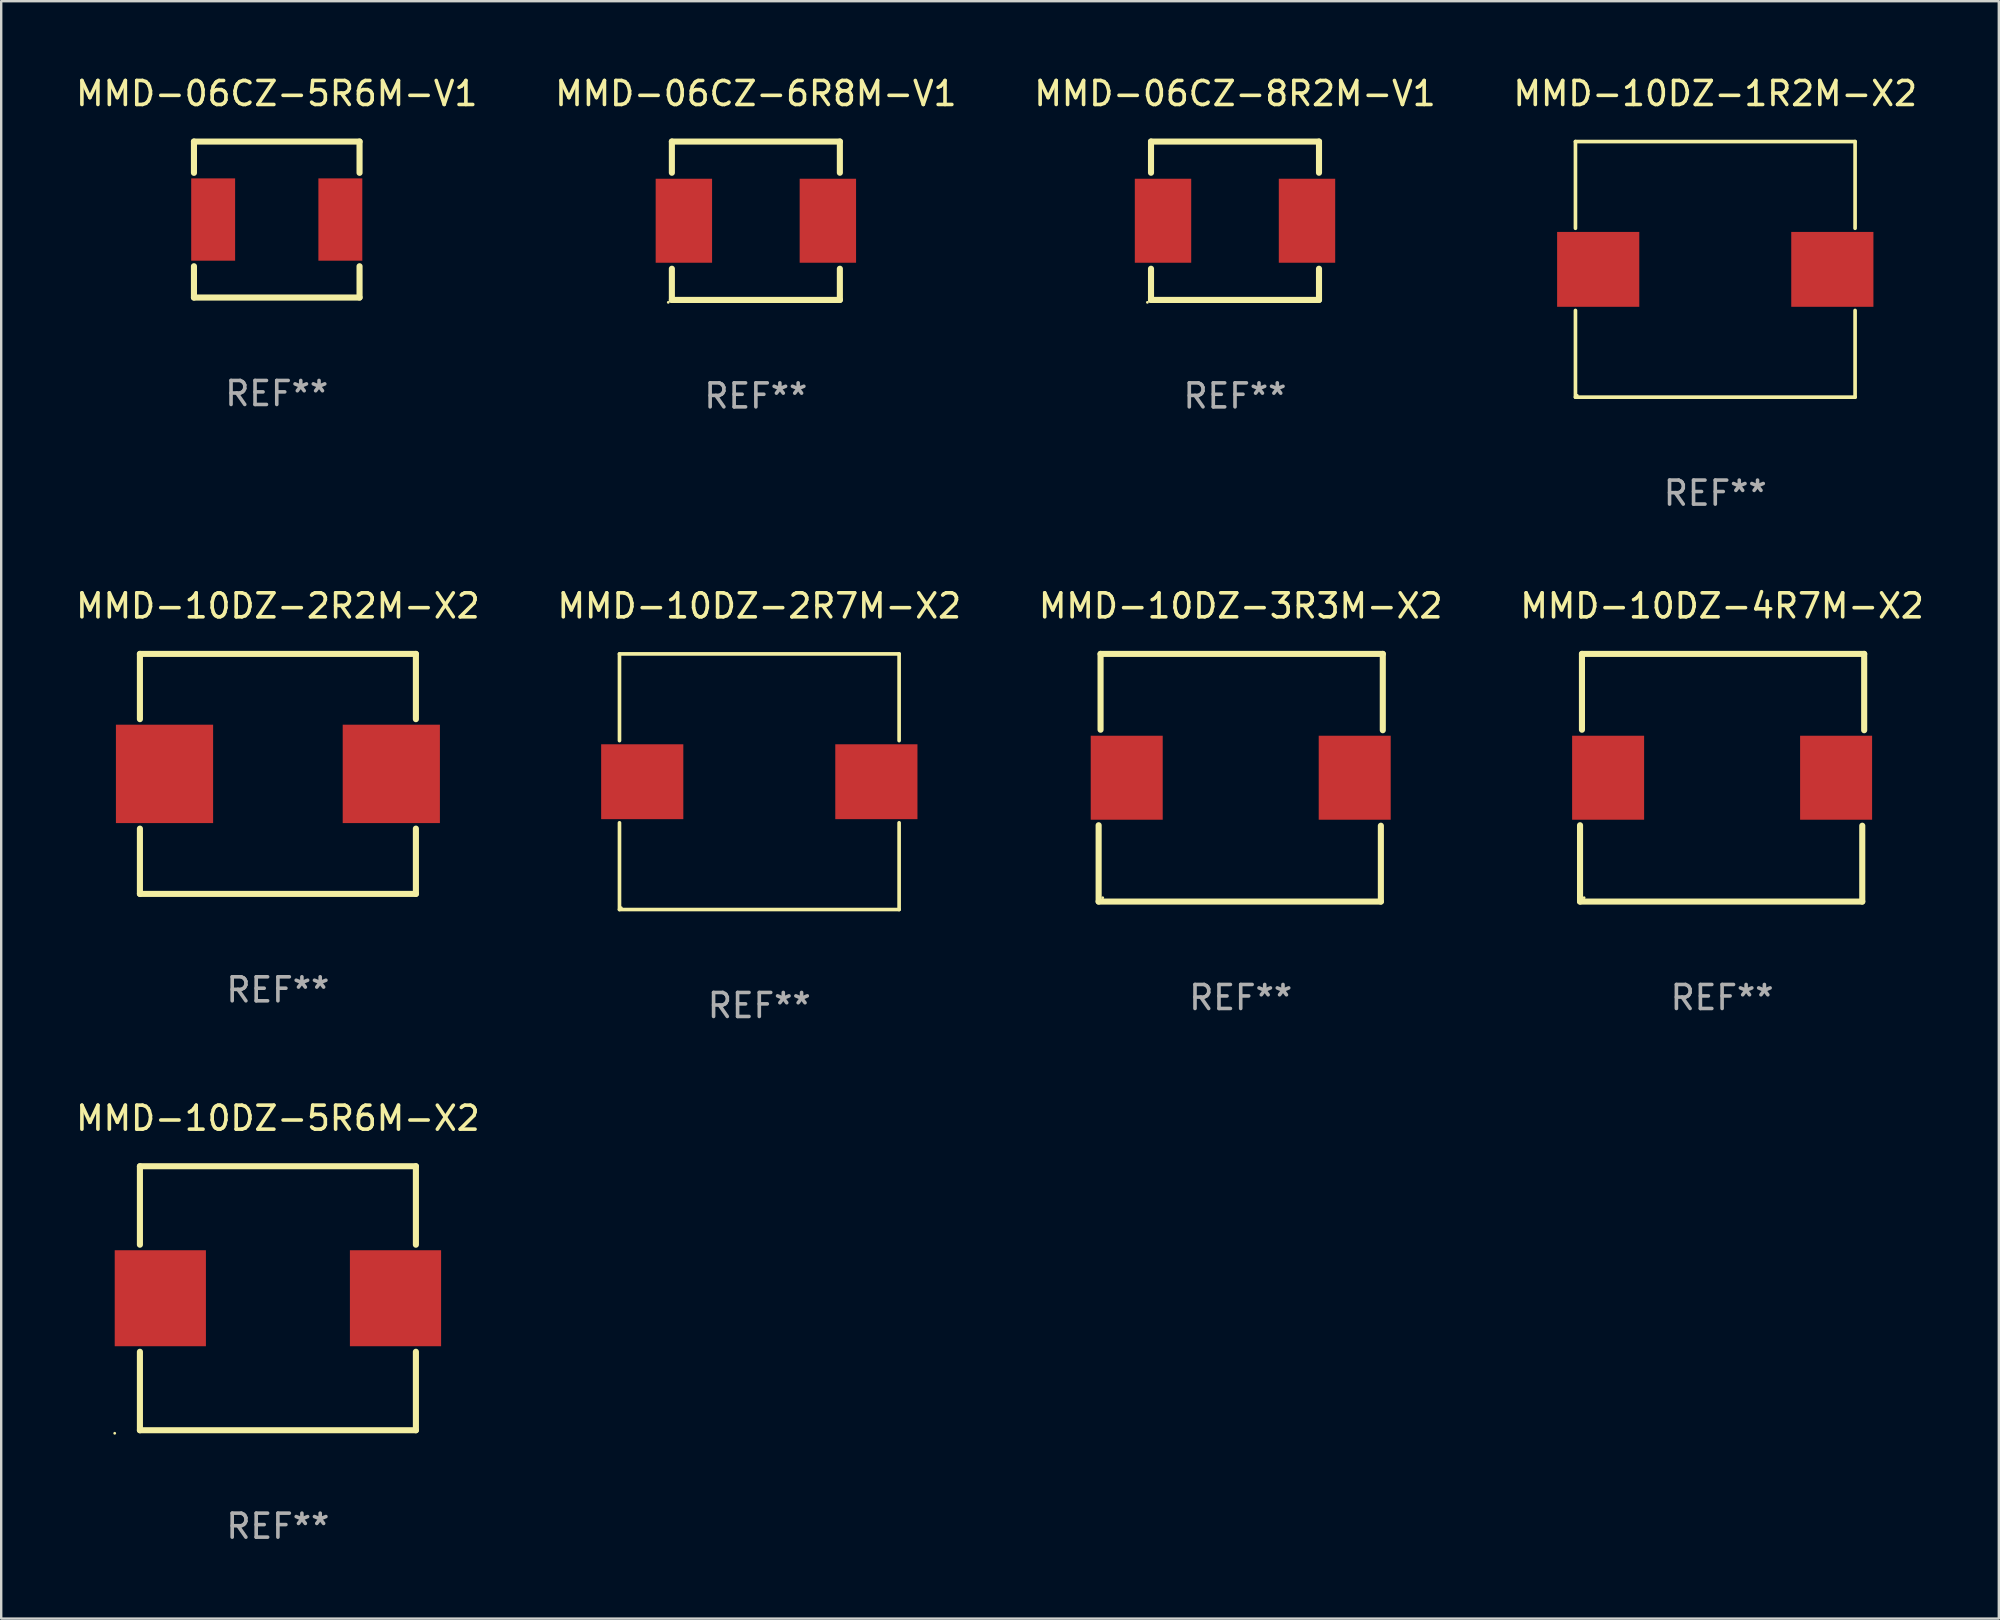
<source format=kicad_pcb>
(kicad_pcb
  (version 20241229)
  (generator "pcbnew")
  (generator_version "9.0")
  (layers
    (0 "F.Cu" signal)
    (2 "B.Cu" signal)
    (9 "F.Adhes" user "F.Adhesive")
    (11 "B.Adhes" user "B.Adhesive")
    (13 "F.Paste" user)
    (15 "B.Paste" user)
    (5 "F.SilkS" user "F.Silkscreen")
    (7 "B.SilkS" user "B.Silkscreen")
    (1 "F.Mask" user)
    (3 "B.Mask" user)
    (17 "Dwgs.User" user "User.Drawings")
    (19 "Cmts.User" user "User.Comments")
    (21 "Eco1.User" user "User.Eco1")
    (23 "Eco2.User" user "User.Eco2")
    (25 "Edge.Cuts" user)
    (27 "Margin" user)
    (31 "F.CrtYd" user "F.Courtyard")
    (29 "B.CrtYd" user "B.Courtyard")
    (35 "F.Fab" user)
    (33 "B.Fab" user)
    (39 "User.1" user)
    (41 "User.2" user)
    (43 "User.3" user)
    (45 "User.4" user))
  (footprint "MMD-10DZ-4R7M-X2"
    (layer "F.Cu")
    (at 68.708 29.357)
    (property "Reference" "MMD-10DZ-4R7M-X2" (at 0 -7.16 0) (layer "F.SilkS") (effects (font (size 1 1) (thickness 0.15))))
    (attr through_hole)
    (fp_line (start -5.92 5.16) (end -5.92 1.98) (stroke (width 0.254) (type solid)) (layer "F.SilkS"))
    (fp_line (start -5.84 -5.16) (end 5.92 -5.16) (stroke (width 0.254) (type solid)) (layer "F.SilkS"))
    (fp_line (start -5.84 -2) (end -5.84 -5.16) (stroke (width 0.254) (type solid)) (layer "F.SilkS"))
    (fp_line (start 5.84 2) (end 5.84 5.16) (stroke (width 0.254) (type solid)) (layer "F.SilkS"))
    (fp_line (start 5.84 5.16) (end -5.92 5.16) (stroke (width 0.254) (type solid)) (layer "F.SilkS"))
    (fp_line (start 5.92 -5.16) (end 5.92 -1.98) (stroke (width 0.254) (type solid)) (layer "F.SilkS"))
    (fp_circle (center -5.75 5) (end -5.72 5) (stroke (width 0.06) (type solid)) (fill no) (layer "F.SilkS"))
    (fp_text user "REF**" (at 0 9.16 0) (layer "F.Fab") (effects (font (size 1 1) (thickness 0.15))))
    (pad "1" smd rect (at -4.75 0) (size 3 3.5) (layers "F.Cu" "F.Mask" "F.Paste"))
    (pad "2" smd rect (at 4.75 0) (size 3 3.5) (layers "F.Cu" "F.Mask" "F.Paste")))
  (footprint "MMD-10DZ-1R2M-X2"
    (layer "F.Cu")
    (at 68.423 8.174)
    (property "Reference" "MMD-10DZ-1R2M-X2" (at 0 -7.326 0) (layer "F.SilkS") (effects (font (size 1 1) (thickness 0.15))))
    (attr through_hole)
    (fp_line (start -5.826 -5.326) (end 5.826 -5.326) (stroke (width 0.152) (type solid)) (layer "F.SilkS"))
    (fp_line (start -5.826 -1.712) (end -5.826 -5.326) (stroke (width 0.152) (type solid)) (layer "F.SilkS"))
    (fp_line (start -5.826 1.712) (end -5.826 5.326) (stroke (width 0.152) (type solid)) (layer "F.SilkS"))
    (fp_line (start -5.826 5.326) (end 5.826 5.326) (stroke (width 0.152) (type solid)) (layer "F.SilkS"))
    (fp_line (start 5.826 -5.326) (end 5.826 -1.712) (stroke (width 0.152) (type solid)) (layer "F.SilkS"))
    (fp_line (start 5.826 5.326) (end 5.826 1.712) (stroke (width 0.152) (type solid)) (layer "F.SilkS"))
    (fp_circle (center -5.75 5.25) (end -5.72 5.25) (stroke (width 0.06) (type solid)) (fill no) (layer "F.SilkS"))
    (fp_text user "REF**" (at 0 9.326 0) (layer "F.Fab") (effects (font (size 1 1) (thickness 0.15))))
    (pad "1" smd rect (at 4.878 0) (size 3.424 3.12) (layers "F.Cu" "F.Mask" "F.Paste"))
    (pad "2" smd rect (at -4.878 0) (size 3.424 3.12) (layers "F.Cu" "F.Mask" "F.Paste")))
  (footprint "MMD-10DZ-2R7M-X2"
    (layer "F.Cu")
    (at 28.589 29.523)
    (property "Reference" "MMD-10DZ-2R7M-X2" (at 0 -7.326 0) (layer "F.SilkS") (effects (font (size 1 1) (thickness 0.15))))
    (attr through_hole)
    (fp_line (start -5.826 -5.326) (end 5.826 -5.326) (stroke (width 0.152) (type solid)) (layer "F.SilkS"))
    (fp_line (start -5.826 -1.712) (end -5.826 -5.326) (stroke (width 0.152) (type solid)) (layer "F.SilkS"))
    (fp_line (start -5.826 1.712) (end -5.826 5.326) (stroke (width 0.152) (type solid)) (layer "F.SilkS"))
    (fp_line (start -5.826 5.326) (end 5.826 5.326) (stroke (width 0.152) (type solid)) (layer "F.SilkS"))
    (fp_line (start 5.826 -5.326) (end 5.826 -1.712) (stroke (width 0.152) (type solid)) (layer "F.SilkS"))
    (fp_line (start 5.826 5.326) (end 5.826 1.712) (stroke (width 0.152) (type solid)) (layer "F.SilkS"))
    (fp_circle (center -5.75 5.25) (end -5.72 5.25) (stroke (width 0.06) (type solid)) (fill no) (layer "F.SilkS"))
    (fp_text user "REF**" (at 0 9.326 0) (layer "F.Fab") (effects (font (size 1 1) (thickness 0.15))))
    (pad "1" smd rect (at 4.878 0) (size 3.424 3.12) (layers "F.Cu" "F.Mask" "F.Paste"))
    (pad "2" smd rect (at -4.878 0) (size 3.424 3.12) (layers "F.Cu" "F.Mask" "F.Paste")))
  (footprint "MMD-06CZ-8R2M-V1"
    (layer "F.Cu")
    (at 48.411 6.148)
    (property "Reference" "MMD-06CZ-8R2M-V1" (at 0 -5.3 0) (layer "F.SilkS") (effects (font (size 1 1) (thickness 0.15))))
    (attr through_hole)
    (fp_line (start -3.5 3.3) (end 3.5 3.3) (stroke (width 0.254) (type solid)) (layer "F.SilkS"))
    (fp_line (start -3.5 -3.3) (end -3.5 -2) (stroke (width 0.254) (type solid)) (layer "F.SilkS"))
    (fp_line (start -3.5 -3.3) (end 3.5 -3.3) (stroke (width 0.254) (type solid)) (layer "F.SilkS"))
    (fp_line (start -3.5 2) (end -3.5 3.3) (stroke (width 0.254) (type solid)) (layer "F.SilkS"))
    (fp_line (start 3.5 -3.3) (end 3.5 -2) (stroke (width 0.254) (type solid)) (layer "F.SilkS"))
    (fp_line (start 3.5 2) (end 3.5 3.3) (stroke (width 0.254) (type solid)) (layer "F.SilkS"))
    (fp_circle (center -3.65 3.4) (end -3.62 3.4) (stroke (width 0.06) (type solid)) (fill no) (layer "F.SilkS"))
    (fp_text user "REF**" (at 0 7.3 0) (layer "F.Fab") (effects (font (size 1 1) (thickness 0.15))))
    (pad "1" smd rect (at -3 0) (size 2.35 3.5) (layers "F.Cu" "F.Mask" "F.Paste"))
    (pad "2" smd rect (at 3 0) (size 2.35 3.5) (layers "F.Cu" "F.Mask" "F.Paste")))
  (footprint "MMD-10DZ-5R6M-X2"
    (layer "F.Cu")
    (at 8.53 51.046)
    (property "Reference" "MMD-10DZ-5R6M-X2" (at 0 -7.5 0) (layer "F.SilkS") (effects (font (size 1 1) (thickness 0.15))))
    (attr through_hole)
    (fp_line (start -5.75 -5.5) (end -5.75 -2.231) (stroke (width 0.254) (type solid)) (layer "F.SilkS"))
    (fp_line (start -5.75 -5.5) (end 5.75 -5.5) (stroke (width 0.254) (type solid)) (layer "F.SilkS"))
    (fp_line (start -5.75 2.231) (end -5.75 5.5) (stroke (width 0.254) (type solid)) (layer "F.SilkS"))
    (fp_line (start -5.75 5.5) (end 5.75 5.5) (stroke (width 0.254) (type solid)) (layer "F.SilkS"))
    (fp_line (start 5.75 -2.231) (end 5.75 -5.5) (stroke (width 0.254) (type solid)) (layer "F.SilkS"))
    (fp_line (start 5.75 5.5) (end 5.75 2.231) (stroke (width 0.254) (type solid)) (layer "F.SilkS"))
    (fp_circle (center -6.8 5.627) (end -6.77 5.627) (stroke (width 0.06) (type solid)) (fill no) (layer "F.SilkS"))
    (fp_text user "REF**" (at 0 9.5 0) (layer "F.Fab") (effects (font (size 1 1) (thickness 0.15))))
    (pad "1" smd rect (at -4.9 0) (size 3.8 4) (layers "F.Cu" "F.Mask" "F.Paste"))
    (pad "2" smd rect (at 4.9 0) (size 3.8 4) (layers "F.Cu" "F.Mask" "F.Paste")))
  (footprint "MMD-10DZ-2R2M-X2"
    (layer "F.Cu")
    (at 8.53 29.197)
    (property "Reference" "MMD-10DZ-2R2M-X2" (at 0 -7 0) (layer "F.SilkS") (effects (font (size 1 1) (thickness 0.15))))
    (attr through_hole)
    (fp_line (start -5.75 -5) (end -5.75 -2.281) (stroke (width 0.254) (type solid)) (layer "F.SilkS"))
    (fp_line (start -5.75 -5) (end 5.75 -5) (stroke (width 0.254) (type solid)) (layer "F.SilkS"))
    (fp_line (start -5.75 2.281) (end -5.75 5) (stroke (width 0.254) (type solid)) (layer "F.SilkS"))
    (fp_line (start 5.75 -2.281) (end 5.75 -5) (stroke (width 0.254) (type solid)) (layer "F.SilkS"))
    (fp_line (start 5.75 5) (end -5.75 5) (stroke (width 0.254) (type solid)) (layer "F.SilkS"))
    (fp_line (start 5.75 5) (end 5.75 2.281) (stroke (width 0.254) (type solid)) (layer "F.SilkS"))
    (fp_circle (center -5.75 5) (end -5.72 5) (stroke (width 0.06) (type solid)) (fill no) (layer "F.SilkS"))
    (fp_text user "REF**" (at 0 9 0) (layer "F.Fab") (effects (font (size 1 1) (thickness 0.15))))
    (pad "1" smd rect (at -4.725 0) (size 4.05 4.1) (layers "F.Cu" "F.Mask" "F.Paste"))
    (pad "2" smd rect (at 4.725 0) (size 4.05 4.1) (layers "F.Cu" "F.Mask" "F.Paste")))
  (footprint "MMD-10DZ-3R3M-X2"
    (layer "F.Cu")
    (at 48.649 29.357)
    (property "Reference" "MMD-10DZ-3R3M-X2" (at 0 -7.16 0) (layer "F.SilkS") (effects (font (size 1 1) (thickness 0.15))))
    (attr through_hole)
    (fp_line (start -5.92 5.16) (end -5.92 1.98) (stroke (width 0.254) (type solid)) (layer "F.SilkS"))
    (fp_line (start -5.84 -5.16) (end 5.92 -5.16) (stroke (width 0.254) (type solid)) (layer "F.SilkS"))
    (fp_line (start -5.84 -2) (end -5.84 -5.16) (stroke (width 0.254) (type solid)) (layer "F.SilkS"))
    (fp_line (start 5.84 2) (end 5.84 5.16) (stroke (width 0.254) (type solid)) (layer "F.SilkS"))
    (fp_line (start 5.84 5.16) (end -5.92 5.16) (stroke (width 0.254) (type solid)) (layer "F.SilkS"))
    (fp_line (start 5.92 -5.16) (end 5.92 -1.98) (stroke (width 0.254) (type solid)) (layer "F.SilkS"))
    (fp_circle (center -5.75 5) (end -5.72 5) (stroke (width 0.06) (type solid)) (fill no) (layer "F.SilkS"))
    (fp_text user "REF**" (at 0 9.16 0) (layer "F.Fab") (effects (font (size 1 1) (thickness 0.15))))
    (pad "1" smd rect (at -4.75 0) (size 3 3.5) (layers "F.Cu" "F.Mask" "F.Paste"))
    (pad "2" smd rect (at 4.75 0) (size 3 3.5) (layers "F.Cu" "F.Mask" "F.Paste")))
  (footprint "MMD-06CZ-5R6M-V1"
    (layer "F.Cu")
    (at 8.482 6.098)
    (property "Reference" "MMD-06CZ-5R6M-V1" (at 0 -5.25 0) (layer "F.SilkS") (effects (font (size 1 1) (thickness 0.15))))
    (attr through_hole)
    (fp_line (start -3.45 -3.25) (end 3.45 -3.25) (stroke (width 0.254) (type solid)) (layer "F.SilkS"))
    (fp_line (start -3.45 -1.946) (end -3.45 -3.25) (stroke (width 0.254) (type solid)) (layer "F.SilkS"))
    (fp_line (start -3.45 3.25) (end -3.45 1.946) (stroke (width 0.254) (type solid)) (layer "F.SilkS"))
    (fp_line (start 3.45 -1.946) (end 3.45 -3.25) (stroke (width 0.254) (type solid)) (layer "F.SilkS"))
    (fp_line (start 3.45 3.25) (end -3.45 3.25) (stroke (width 0.254) (type solid)) (layer "F.SilkS"))
    (fp_line (start 3.45 3.25) (end 3.45 1.946) (stroke (width 0.254) (type solid)) (layer "F.SilkS"))
    (fp_circle (center -3.45 3.25) (end -3.42 3.25) (stroke (width 0.06) (type solid)) (fill no) (layer "F.SilkS"))
    (fp_text user "REF**" (at 0 7.25 0) (layer "F.Fab") (effects (font (size 1 1) (thickness 0.15))))
    (pad "1" smd rect (at -2.65 0 90) (size 3.43 1.83) (layers "F.Cu" "F.Mask" "F.Paste"))
    (pad "2" smd rect (at 2.65 0 90) (size 3.43 1.83) (layers "F.Cu" "F.Mask" "F.Paste")))
  (footprint "MMD-06CZ-6R8M-V1"
    (layer "F.Cu")
    (at 28.446 6.148)
    (property "Reference" "MMD-06CZ-6R8M-V1" (at 0 -5.3 0) (layer "F.SilkS") (effects (font (size 1 1) (thickness 0.15))))
    (attr through_hole)
    (fp_line (start -3.5 3.3) (end 3.5 3.3) (stroke (width 0.254) (type solid)) (layer "F.SilkS"))
    (fp_line (start -3.5 -3.3) (end -3.5 -2) (stroke (width 0.254) (type solid)) (layer "F.SilkS"))
    (fp_line (start -3.5 -3.3) (end 3.5 -3.3) (stroke (width 0.254) (type solid)) (layer "F.SilkS"))
    (fp_line (start -3.5 2) (end -3.5 3.3) (stroke (width 0.254) (type solid)) (layer "F.SilkS"))
    (fp_line (start 3.5 -3.3) (end 3.5 -2) (stroke (width 0.254) (type solid)) (layer "F.SilkS"))
    (fp_line (start 3.5 2) (end 3.5 3.3) (stroke (width 0.254) (type solid)) (layer "F.SilkS"))
    (fp_circle (center -3.65 3.4) (end -3.62 3.4) (stroke (width 0.06) (type solid)) (fill no) (layer "F.SilkS"))
    (fp_text user "REF**" (at 0 7.3 0) (layer "F.Fab") (effects (font (size 1 1) (thickness 0.15))))
    (pad "1" smd rect (at -3 0) (size 2.35 3.5) (layers "F.Cu" "F.Mask" "F.Paste"))
    (pad "2" smd rect (at 3 0) (size 2.35 3.5) (layers "F.Cu" "F.Mask" "F.Paste")))
  (gr_rect
    (start -3 -3)
    (end 80.238 64.394)
    (stroke (width 0.1) (type default))
    (fill no)
    (layer "Edge.Cuts")))
</source>
